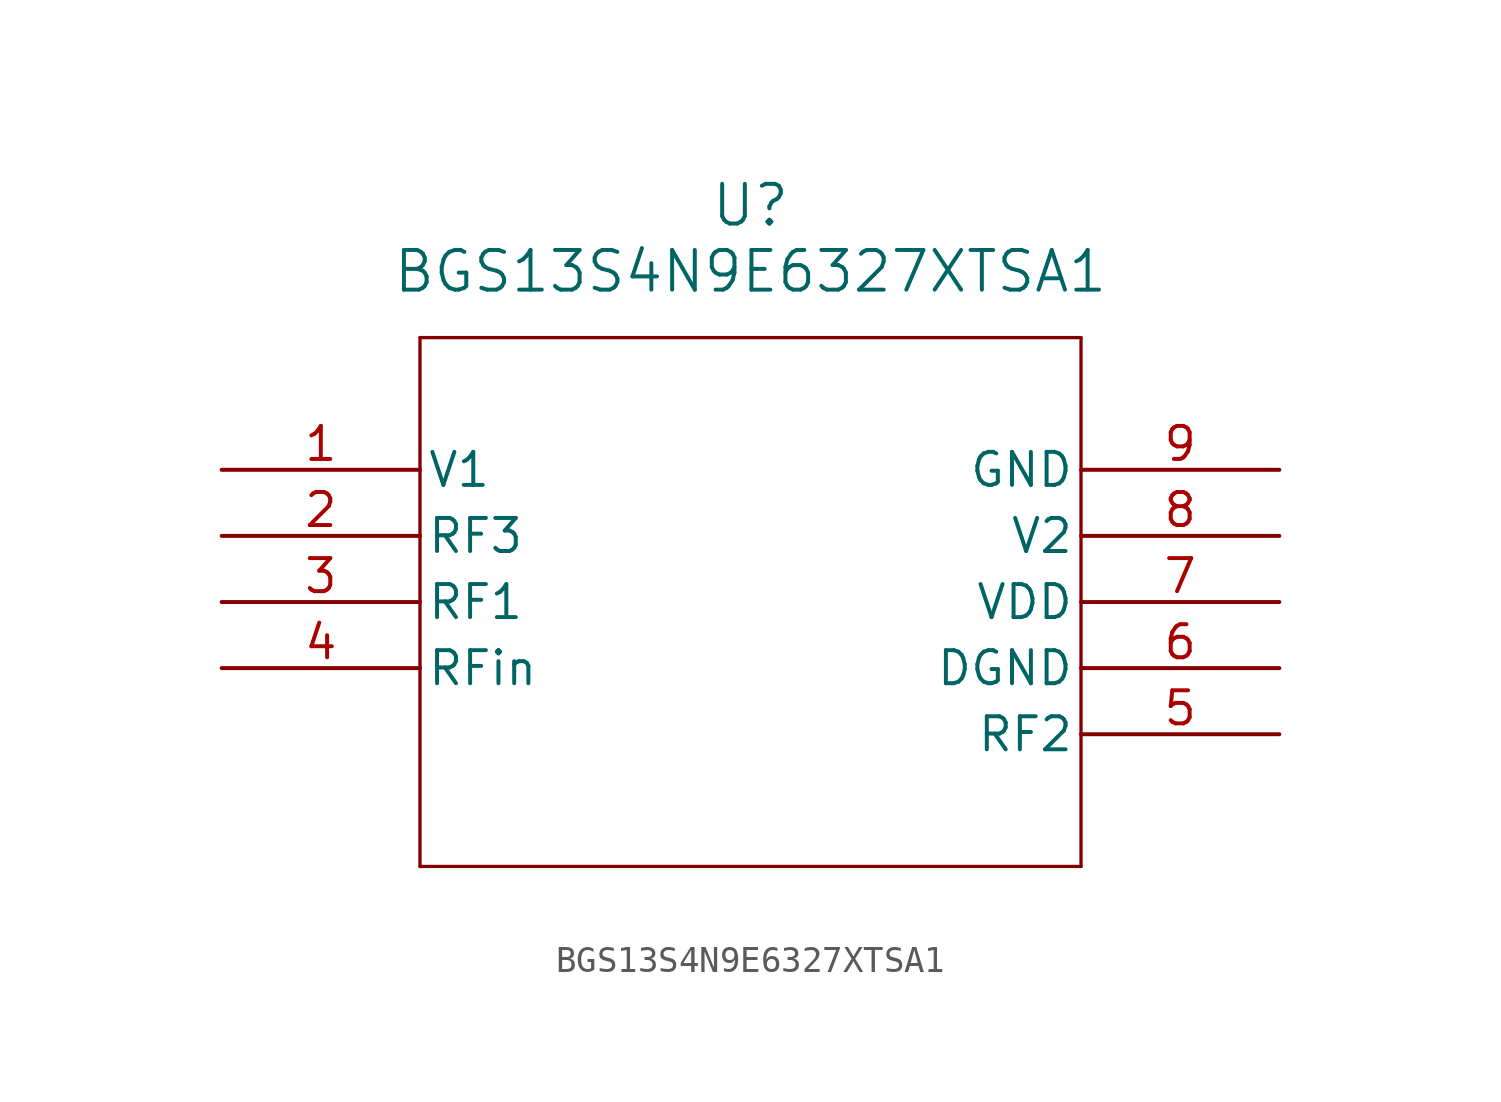
<source format=kicad_sym>
(kicad_symbol_lib
  (version 20211014)
  (generator kicad_symbol_editor)
  (symbol "BGS13S4N9E6327XTSA1"
    (pin_names
      (offset 0.254))
    (property "Reference" "U"
      (at 20.32 10.16 0)
      (effects (font (size 1.524 1.524))))
    (property "Value" "BGS13S4N9E6327XTSA1"
      (at 20.32 7.62 0)
      (effects (font (size 1.524 1.524))))
    (symbol "BGS13S4N9E6327XTSA1_0_1"
      (polyline (pts (xy 7.62 5.08) (xy 7.62 -15.24)) (stroke (width 0.127) (type default) (color 0 0 0 0)) (fill (type none)))
      (polyline (pts (xy 7.62 -15.24) (xy 33.02 -15.24)) (stroke (width 0.127) (type default) (color 0 0 0 0)) (fill (type none)))
      (polyline (pts (xy 33.02 -15.24) (xy 33.02 5.08)) (stroke (width 0.127) (type default) (color 0 0 0 0)) (fill (type none)))
      (polyline (pts (xy 33.02 5.08) (xy 7.62 5.08)) (stroke (width 0.127) (type default) (color 0 0 0 0)) (fill (type none)))
      (pin bidirectional line (at 0 0 0) (length 7.62) (name "V1" (effects (font (size 1.27 1.27)))) (number "1" (effects (font (size 1.27 1.27)))))
      (pin bidirectional line (at 0 -2.54 0) (length 7.62) (name "RF3" (effects (font (size 1.27 1.27)))) (number "2" (effects (font (size 1.27 1.27)))))
      (pin bidirectional line (at 0 -5.08 0) (length 7.62) (name "RF1" (effects (font (size 1.27 1.27)))) (number "3" (effects (font (size 1.27 1.27)))))
      (pin unspecified line (at 0 -7.62 0) (length 7.62) (name "RFin" (effects (font (size 1.27 1.27)))) (number "4" (effects (font (size 1.27 1.27)))))
      (pin bidirectional line (at 40.64 -10.16 180) (length 7.62) (name "RF2" (effects (font (size 1.27 1.27)))) (number "5" (effects (font (size 1.27 1.27)))))
      (pin power_out line (at 40.64 -7.62 180) (length 7.62) (name "DGND" (effects (font (size 1.27 1.27)))) (number "6" (effects (font (size 1.27 1.27)))))
      (pin power_in line (at 40.64 -5.08 180) (length 7.62) (name "VDD" (effects (font (size 1.27 1.27)))) (number "7" (effects (font (size 1.27 1.27)))))
      (pin bidirectional line (at 40.64 -2.54 180) (length 7.62) (name "V2" (effects (font (size 1.27 1.27)))) (number "8" (effects (font (size 1.27 1.27)))))
      (pin power_out line (at 40.64 0 180) (length 7.62) (name "GND" (effects (font (size 1.27 1.27)))) (number "9" (effects (font (size 1.27 1.27))))))))
</source>
